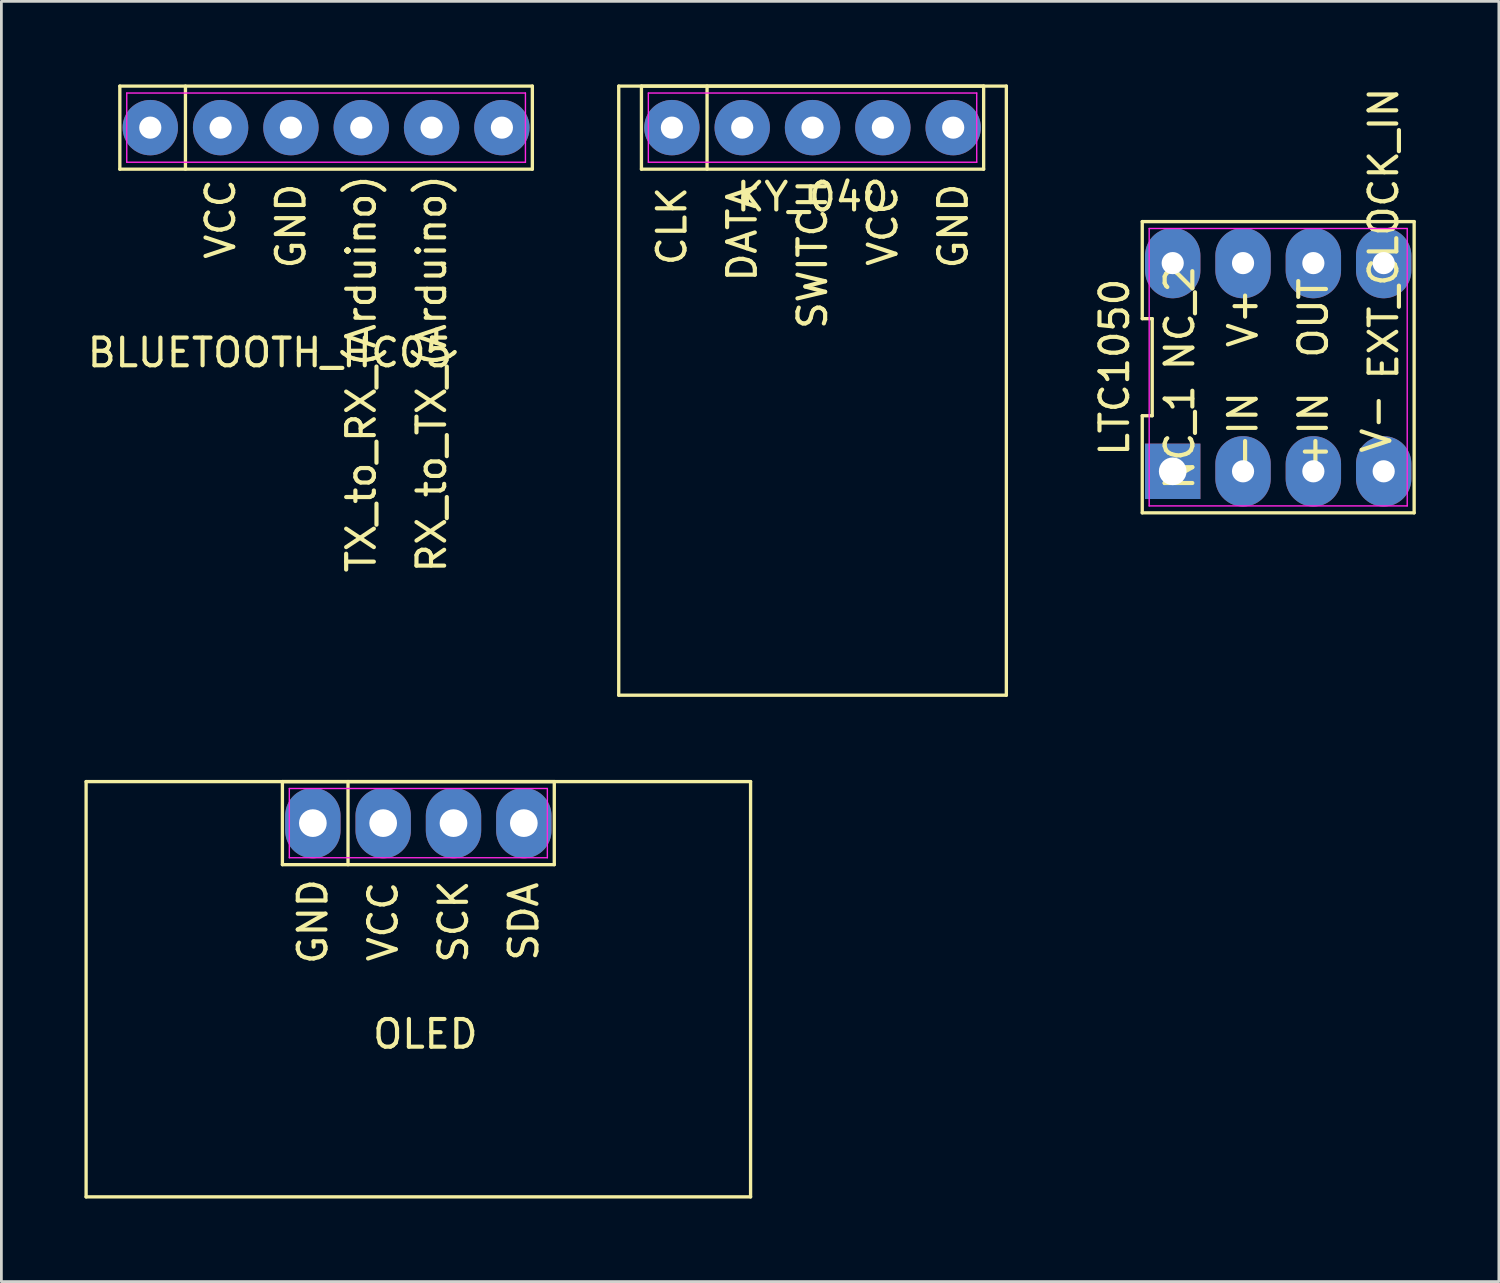
<source format=kicad_pcb>
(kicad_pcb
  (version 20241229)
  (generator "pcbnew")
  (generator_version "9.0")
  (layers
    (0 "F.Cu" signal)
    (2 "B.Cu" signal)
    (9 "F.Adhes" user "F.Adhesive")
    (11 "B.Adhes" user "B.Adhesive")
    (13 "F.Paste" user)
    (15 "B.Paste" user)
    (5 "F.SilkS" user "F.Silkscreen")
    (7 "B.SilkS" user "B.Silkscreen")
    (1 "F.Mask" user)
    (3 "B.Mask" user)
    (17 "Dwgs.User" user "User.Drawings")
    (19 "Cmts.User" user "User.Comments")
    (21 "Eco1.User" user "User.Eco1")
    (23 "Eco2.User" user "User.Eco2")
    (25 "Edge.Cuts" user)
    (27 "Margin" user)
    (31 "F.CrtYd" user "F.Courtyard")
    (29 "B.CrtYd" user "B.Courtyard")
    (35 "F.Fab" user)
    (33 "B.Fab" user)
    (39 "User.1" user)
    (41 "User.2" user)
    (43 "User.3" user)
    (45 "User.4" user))
  (footprint "KY_040"
    (layer "F.Cu")
    (at 26.298 1.56)
    (property "Reference" "KY_040" (at 0 2.5 0) (layer "F.SilkS") (effects (font (size 1 1) (thickness 0.15))))
    (attr through_hole)
    (fp_line (start -7 -1.5) (end -7 20.5) (stroke (width 0.12) (type solid)) (layer "F.SilkS"))
    (fp_line (start -7 -1.5) (end 7 -1.5) (stroke (width 0.12) (type solid)) (layer "F.SilkS"))
    (fp_line (start -7 20.5) (end 7 20.5) (stroke (width 0.12) (type solid)) (layer "F.SilkS"))
    (fp_line (start -6.18 -1.5) (end 6.18 -1.5) (stroke (width 0.12) (type solid)) (layer "F.SilkS"))
    (fp_line (start -6.18 1.5) (end -6.18 -1.5) (stroke (width 0.12) (type solid)) (layer "F.SilkS"))
    (fp_line (start -3.81 -1.5) (end -3.81 1.5) (stroke (width 0.12) (type solid)) (layer "F.SilkS"))
    (fp_line (start 6.18 -1.5) (end 6.18 1.5) (stroke (width 0.12) (type solid)) (layer "F.SilkS"))
    (fp_line (start 6.18 1.5) (end -6.18 1.5) (stroke (width 0.12) (type solid)) (layer "F.SilkS"))
    (fp_line (start 7 -1.5) (end 7 20.5) (stroke (width 0.12) (type solid)) (layer "F.SilkS"))
    (fp_line (start -5.93 -1.25) (end 5.93 -1.25) (stroke (width 0.05) (type solid)) (layer "F.CrtYd"))
    (fp_line (start -5.93 1.25) (end -5.93 -1.25) (stroke (width 0.05) (type solid)) (layer "F.CrtYd"))
    (fp_line (start 5.93 -1.25) (end 5.93 1.25) (stroke (width 0.05) (type solid)) (layer "F.CrtYd"))
    (fp_line (start 5.93 1.25) (end -5.93 1.25) (stroke (width 0.05) (type solid)) (layer "F.CrtYd"))
    (fp_text user "GND" (at 5.08 3.556 90) (layer "F.SilkS") (effects (font (size 1 1) (thickness 0.15))))
    (fp_text user "VCC" (at 2.54 3.556 90) (layer "F.SilkS") (effects (font (size 1 1) (thickness 0.15))))
    (fp_text user "CLK" (at -5.08 3.556 90) (layer "F.SilkS") (effects (font (size 1 1) (thickness 0.15))))
    (fp_text user "DATA" (at -2.54 3.81 90) (layer "F.SilkS") (effects (font (size 1 1) (thickness 0.15))))
    (fp_text user "SWITCH" (at 0 4.572 90) (layer "F.SilkS") (effects (font (size 1 1) (thickness 0.15))))
    (pad "1" thru_hole circle (at -5.08 0) (size 2 2) (drill 0.8) (layers "*.Cu" "*.Mask"))
    (pad "2" thru_hole circle (at -2.54 0) (size 2 2) (drill 0.8) (layers "*.Cu" "*.Mask"))
    (pad "3" thru_hole circle (at 0 0) (size 2 2) (drill 0.8) (layers "*.Cu" "*.Mask"))
    (pad "4" thru_hole circle (at 2.54 0) (size 2 2) (drill 0.8) (layers "*.Cu" "*.Mask"))
    (pad "5" thru_hole circle (at 5.08 0) (size 2 2) (drill 0.8) (layers "*.Cu" "*.Mask")))
  (footprint "LTC1050"
    (layer "F.Cu")
    (at 43.117 10.213)
    (property "Reference" "LTC1050" (at -5.91 0 90) (layer "F.SilkS") (effects (font (size 1 1) (thickness 0.15))))
    (attr through_hole)
    (fp_line (start -4.91 -5.26) (end -4.91 -1.753) (stroke (width 0.12) (type solid)) (layer "F.SilkS"))
    (fp_line (start -4.91 -1.753) (end -4.55 -1.753) (stroke (width 0.12) (type solid)) (layer "F.SilkS"))
    (fp_line (start -4.91 1.753) (end -4.91 5.26) (stroke (width 0.12) (type solid)) (layer "F.SilkS"))
    (fp_line (start -4.91 5.26) (end 4.91 5.26) (stroke (width 0.12) (type solid)) (layer "F.SilkS"))
    (fp_line (start -4.55 -1.753) (end -4.55 1.753) (stroke (width 0.12) (type solid)) (layer "F.SilkS"))
    (fp_line (start -4.55 1.753) (end -4.91 1.753) (stroke (width 0.12) (type solid)) (layer "F.SilkS"))
    (fp_line (start 4.91 -5.26) (end -4.91 -5.26) (stroke (width 0.12) (type solid)) (layer "F.SilkS"))
    (fp_line (start 4.91 5.26) (end 4.91 -5.26) (stroke (width 0.12) (type solid)) (layer "F.SilkS"))
    (fp_line (start -4.66 -5.01) (end 4.66 -5.01) (stroke (width 0.05) (type solid)) (layer "F.CrtYd"))
    (fp_line (start -4.66 5.01) (end -4.66 -5.01) (stroke (width 0.05) (type solid)) (layer "F.CrtYd"))
    (fp_line (start 4.66 -5.01) (end 4.66 5.01) (stroke (width 0.05) (type solid)) (layer "F.CrtYd"))
    (fp_line (start 4.66 5.01) (end -4.66 5.01) (stroke (width 0.05) (type solid)) (layer "F.CrtYd"))
    (fp_text user "NC_1" (at -3.556 2.54 90) (layer "F.SilkS") (effects (font (size 1 1) (thickness 0.15))))
    (fp_text user "EXT_CLOCK_IN" (at 3.81 -4.826 90) (layer "F.SilkS") (effects (font (size 1 1) (thickness 0.15))))
    (fp_text user "+IN" (at 1.27 2.286 90) (layer "F.SilkS") (effects (font (size 1 1) (thickness 0.15))))
    (fp_text user "NC_2" (at -3.556 -1.778 90) (layer "F.SilkS") (effects (font (size 1 1) (thickness 0.15))))
    (fp_text user "-IN" (at -1.27 2.286 90) (layer "F.SilkS") (effects (font (size 1 1) (thickness 0.15))))
    (fp_text user "V+" (at -1.27 -1.778 90) (layer "F.SilkS") (effects (font (size 1 1) (thickness 0.15))))
    (fp_text user "V-" (at 3.556 2.032 90) (layer "F.SilkS") (effects (font (size 1 1) (thickness 0.15))))
    (fp_text user "OUT" (at 1.27 -1.778 90) (layer "F.SilkS") (effects (font (size 1 1) (thickness 0.15))))
    (pad "1" thru_hole rect (at -3.81 3.76) (size 2 2) (drill 1) (layers "*.Cu" "*.Mask"))
    (pad "2" thru_hole oval (at -1.27 3.76) (size 2 2.54) (drill 0.8) (layers "*.Cu" "*.Mask"))
    (pad "3" thru_hole oval (at 1.27 3.76) (size 2 2.54) (drill 0.8) (layers "*.Cu" "*.Mask"))
    (pad "4" thru_hole oval (at 3.81 3.76) (size 2 2.54) (drill 0.8) (layers "*.Cu" "*.Mask"))
    (pad "5" thru_hole oval (at 3.81 -3.76) (size 2 2.54) (drill 0.8) (layers "*.Cu" "*.Mask"))
    (pad "6" thru_hole oval (at 1.27 -3.76) (size 2 2.54) (drill 0.8) (layers "*.Cu" "*.Mask"))
    (pad "7" thru_hole oval (at -1.27 -3.76) (size 2 2.54) (drill 0.8) (layers "*.Cu" "*.Mask"))
    (pad "8" thru_hole oval (at -3.81 -3.76) (size 2 2.54) (drill 0.8) (layers "*.Cu" "*.Mask")))
  (footprint "BLUETOOTH_HC05"
    (layer "F.Cu")
    (at 8.728 1.56)
    (property "Reference" "BLUETOOTH_HC05" (at -2.032 8.128 0) (layer "F.SilkS") (effects (font (size 1 1) (thickness 0.15))))
    (attr through_hole)
    (fp_line (start -7.45 -1.5) (end 7.45 -1.5) (stroke (width 0.12) (type solid)) (layer "F.SilkS"))
    (fp_line (start -7.45 1.5) (end -7.45 -1.5) (stroke (width 0.12) (type solid)) (layer "F.SilkS"))
    (fp_line (start -5.08 -1.5) (end -5.08 1.5) (stroke (width 0.12) (type solid)) (layer "F.SilkS"))
    (fp_line (start 7.45 -1.5) (end 7.45 1.5) (stroke (width 0.12) (type solid)) (layer "F.SilkS"))
    (fp_line (start 7.45 1.5) (end -7.45 1.5) (stroke (width 0.12) (type solid)) (layer "F.SilkS"))
    (fp_line (start -7.2 -1.25) (end 7.2 -1.25) (stroke (width 0.05) (type solid)) (layer "F.CrtYd"))
    (fp_line (start -7.2 1.25) (end -7.2 -1.25) (stroke (width 0.05) (type solid)) (layer "F.CrtYd"))
    (fp_line (start 7.2 -1.25) (end 7.2 1.25) (stroke (width 0.05) (type solid)) (layer "F.CrtYd"))
    (fp_line (start 7.2 1.25) (end -7.2 1.25) (stroke (width 0.05) (type solid)) (layer "F.CrtYd"))
    (fp_text user "TX_to_RX_(Arduino)" (at 1.27 8.89 90) (layer "F.SilkS") (effects (font (size 1 1) (thickness 0.15))))
    (fp_text user "VCC" (at -3.81 3.302 90) (layer "F.SilkS") (effects (font (size 1 1) (thickness 0.15))))
    (fp_text user "RX_to_TX_(Arduino)" (at 3.81 8.89 90) (layer "F.SilkS") (effects (font (size 1 1) (thickness 0.15))))
    (fp_text user "GND" (at -1.27 3.556 90) (layer "F.SilkS") (effects (font (size 1 1) (thickness 0.15))))
    (pad "1" thru_hole circle (at -6.35 0) (size 2 2) (drill 0.8) (layers "*.Cu" "*.Mask"))
    (pad "2" thru_hole circle (at -3.81 0) (size 2 2) (drill 0.8) (layers "*.Cu" "*.Mask"))
    (pad "3" thru_hole circle (at -1.27 0) (size 2 2) (drill 0.8) (layers "*.Cu" "*.Mask"))
    (pad "4" thru_hole circle (at 1.27 0) (size 2 2) (drill 0.8) (layers "*.Cu" "*.Mask"))
    (pad "5" thru_hole circle (at 3.81 0) (size 2 2) (drill 0.8) (layers "*.Cu" "*.Mask"))
    (pad "6" thru_hole circle (at 6.35 0) (size 2 2) (drill 0.8) (layers "*.Cu" "*.Mask")))
  (footprint "OLED"
    (layer "F.Cu")
    (at 12.06 26.68)
    (property "Reference" "OLED" (at 0.254 7.62 0) (layer "F.SilkS") (effects (font (size 1 1) (thickness 0.15))))
    (attr through_hole)
    (fp_line (start -12 -1.5) (end -12 13.5) (stroke (width 0.12) (type solid)) (layer "F.SilkS"))
    (fp_line (start -12 -1.5) (end 12 -1.5) (stroke (width 0.12) (type solid)) (layer "F.SilkS"))
    (fp_line (start -12 13.5) (end 12 13.5) (stroke (width 0.12) (type solid)) (layer "F.SilkS"))
    (fp_line (start -4.91 -1.5) (end 4.91 -1.5) (stroke (width 0.12) (type solid)) (layer "F.SilkS"))
    (fp_line (start -4.91 1.5) (end -4.91 -1.5) (stroke (width 0.12) (type solid)) (layer "F.SilkS"))
    (fp_line (start -2.54 -1.5) (end -2.54 1.5) (stroke (width 0.12) (type solid)) (layer "F.SilkS"))
    (fp_line (start 4.91 -1.5) (end 4.91 1.5) (stroke (width 0.12) (type solid)) (layer "F.SilkS"))
    (fp_line (start 4.91 1.5) (end -4.91 1.5) (stroke (width 0.12) (type solid)) (layer "F.SilkS"))
    (fp_line (start 12 -1.5) (end 12 13.5) (stroke (width 0.12) (type solid)) (layer "F.SilkS"))
    (fp_line (start -4.66 -1.25) (end 4.66 -1.25) (stroke (width 0.05) (type solid)) (layer "F.CrtYd"))
    (fp_line (start -4.66 1.25) (end -4.66 -1.25) (stroke (width 0.05) (type solid)) (layer "F.CrtYd"))
    (fp_line (start 4.66 -1.25) (end 4.66 1.25) (stroke (width 0.05) (type solid)) (layer "F.CrtYd"))
    (fp_line (start 4.66 1.25) (end -4.66 1.25) (stroke (width 0.05) (type solid)) (layer "F.CrtYd"))
    (fp_text user "GND" (at -3.81 3.556 90) (layer "F.SilkS") (effects (font (size 1 1) (thickness 0.15))))
    (fp_text user "VCC" (at -1.27 3.556 90) (layer "F.SilkS") (effects (font (size 1 1) (thickness 0.15))))
    (fp_text user "SDA" (at 3.81 3.556 90) (layer "F.SilkS") (effects (font (size 1 1) (thickness 0.15))))
    (fp_text user "SCK" (at 1.27 3.556 90) (layer "F.SilkS") (effects (font (size 1 1) (thickness 0.15))))
    (pad "1" thru_hole oval (at -3.81 0) (size 2 2.54) (drill 1) (layers "*.Cu" "*.Mask"))
    (pad "2" thru_hole oval (at -1.27 0) (size 2 2.54) (drill 1) (layers "*.Cu" "*.Mask"))
    (pad "3" thru_hole oval (at 1.27 0) (size 2 2.54) (drill 1) (layers "*.Cu" "*.Mask"))
    (pad "4" thru_hole oval (at 3.81 0) (size 2 2.54) (drill 1) (layers "*.Cu" "*.Mask")))
  (gr_rect
    (start -3 -3)
    (end 51.087 43.24)
    (stroke (width 0.1) (type default))
    (fill no)
    (layer "Edge.Cuts")))
</source>
